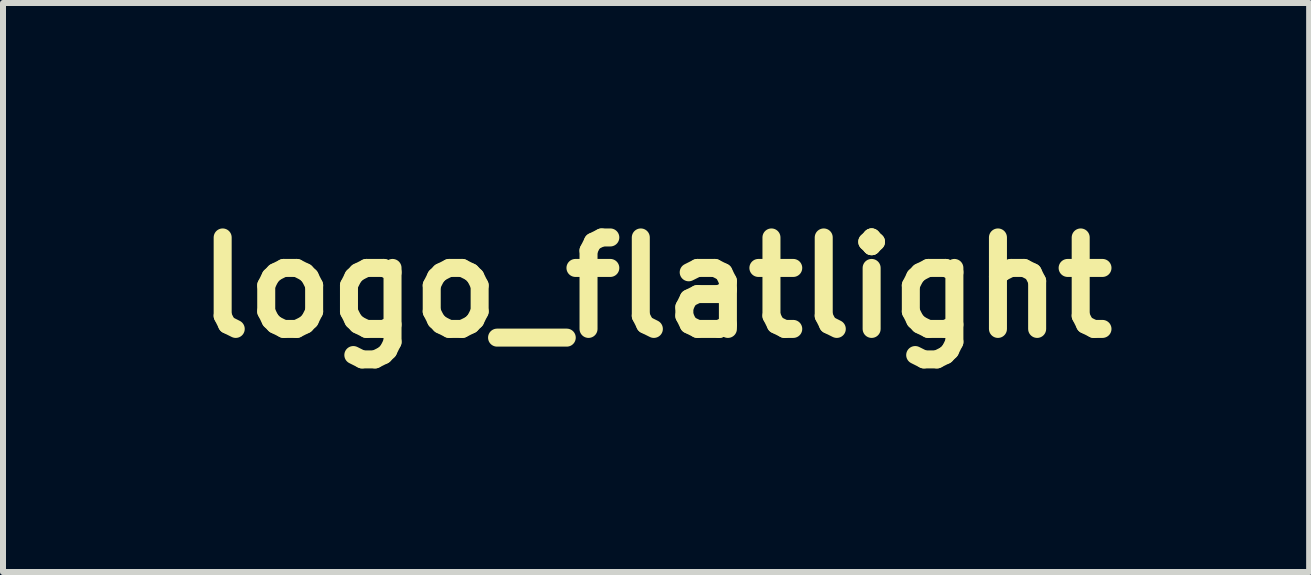
<source format=kicad_pcb>
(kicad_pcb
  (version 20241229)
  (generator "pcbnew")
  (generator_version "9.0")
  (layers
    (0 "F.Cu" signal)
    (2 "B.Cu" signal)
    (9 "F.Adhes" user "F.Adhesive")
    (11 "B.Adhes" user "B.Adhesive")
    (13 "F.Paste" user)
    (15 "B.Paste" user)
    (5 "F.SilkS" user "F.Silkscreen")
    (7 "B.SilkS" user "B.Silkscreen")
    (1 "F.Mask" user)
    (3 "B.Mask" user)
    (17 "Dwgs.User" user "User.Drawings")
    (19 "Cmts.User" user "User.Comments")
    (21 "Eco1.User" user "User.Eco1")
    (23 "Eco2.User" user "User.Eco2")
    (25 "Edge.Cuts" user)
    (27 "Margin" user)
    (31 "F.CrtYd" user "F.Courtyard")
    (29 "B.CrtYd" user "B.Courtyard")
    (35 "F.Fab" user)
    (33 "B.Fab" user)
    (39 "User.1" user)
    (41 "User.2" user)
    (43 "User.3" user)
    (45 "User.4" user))
  (footprint "logo_flatlight"
    (layer "F.Cu")
    (at 7.881 1.741)
    (property "Reference" "logo_flatlight" (at 0 0 0) (layer "F.SilkS") (effects (font (size 1.524 1.524) (thickness 0.3))))
    (attr through_hole)
    (fp_poly (pts (xy -4.699 0.974) (xy -5.08 0.974) (xy -5.08 -1.736) (xy -4.699 -1.736) (xy -4.699 0.974)) (stroke (width 0.01) (type solid)) (fill yes) (layer "F.Mask"))
    (fp_poly (pts (xy 0 0.974) (xy -0.402 0.974) (xy -0.402 -1.736) (xy 0 -1.736) (xy 0 0.974)) (stroke (width 0.01) (type solid)) (fill yes) (layer "F.Mask"))
    (fp_poly (pts (xy 0.91 -1.185) (xy 0.529 -1.185) (xy 0.529 -1.63) (xy 0.91 -1.63) (xy 0.91 -1.185)) (stroke (width 0.01) (type solid)) (fill yes) (layer "F.Mask"))
    (fp_poly (pts (xy 0.91 0.974) (xy 0.529 0.974) (xy 0.529 -0.91) (xy 0.91 -0.91) (xy 0.91 0.974)) (stroke (width 0.01) (type solid)) (fill yes) (layer "F.Mask"))
    (fp_poly (pts (xy -1.287 -1.148) (xy -1.281 -0.921) (xy -1.021 -0.915) (xy -0.762 -0.909) (xy -0.762 -0.55) (xy -1.295 -0.55) (xy -1.288 -0.036) (xy -1.285 0.128) (xy -1.282 0.256) (xy -1.278 0.352) (xy -1.273 0.422) (xy -1.267 0.471) (xy -1.258 0.506) (xy -1.247 0.53) (xy -1.244 0.534) (xy -1.191 0.584) (xy -1.108 0.616) (xy -0.99 0.632) (xy -0.905 0.635) (xy -0.762 0.635) (xy -0.762 0.974) (xy -1.032 0.972) (xy -1.142 0.969) (xy -1.243 0.963) (xy -1.324 0.955) (xy -1.374 0.946) (xy -1.375 0.946) (xy -1.457 0.903) (xy -1.537 0.831) (xy -1.601 0.746) (xy -1.628 0.688) (xy -1.638 0.646) (xy -1.647 0.582) (xy -1.654 0.492) (xy -1.659 0.37) (xy -1.663 0.214) (xy -1.667 0.026) (xy -1.675 -0.55) (xy -1.926 -0.55) (xy -1.926 -0.91) (xy -1.672 -0.91) (xy -1.672 -1.376) (xy -1.293 -1.376) (xy -1.287 -1.148)) (stroke (width 0.01) (type solid)) (fill yes) (layer "F.Mask"))
    (fp_poly (pts (xy 4.318 -0.91) (xy 4.749 -0.91) (xy 4.888 -0.909) (xy 5.021 -0.906) (xy 5.138 -0.902) (xy 5.231 -0.896) (xy 5.291 -0.889) (xy 5.294 -0.889) (xy 5.469 -0.837) (xy 5.623 -0.754) (xy 5.752 -0.642) (xy 5.851 -0.506) (xy 5.888 -0.426) (xy 5.902 -0.39) (xy 5.913 -0.354) (xy 5.921 -0.312) (xy 5.927 -0.26) (xy 5.932 -0.192) (xy 5.936 -0.102) (xy 5.939 0.014) (xy 5.941 0.163) (xy 5.943 0.333) (xy 5.951 0.974) (xy 5.546 0.974) (xy 5.546 0.374) (xy 5.546 0.198) (xy 5.545 0.06) (xy 5.544 -0.046) (xy 5.541 -0.127) (xy 5.537 -0.186) (xy 5.531 -0.229) (xy 5.522 -0.263) (xy 5.511 -0.291) (xy 5.497 -0.319) (xy 5.496 -0.319) (xy 5.455 -0.383) (xy 5.4 -0.432) (xy 5.323 -0.476) (xy 5.199 -0.54) (xy 4.759 -0.547) (xy 4.318 -0.555) (xy 4.318 0.974) (xy 3.937 0.974) (xy 3.937 -1.736) (xy 4.318 -1.736) (xy 4.318 -0.91)) (stroke (width 0.01) (type solid)) (fill yes) (layer "F.Mask"))
    (fp_poly (pts (xy 6.926 -1.149) (xy 6.932 -0.921) (xy 7.191 -0.915) (xy 7.451 -0.909) (xy 7.451 -0.55) (xy 6.918 -0.55) (xy 6.925 -0.036) (xy 6.928 0.128) (xy 6.931 0.256) (xy 6.934 0.352) (xy 6.939 0.422) (xy 6.946 0.471) (xy 6.955 0.506) (xy 6.966 0.53) (xy 6.969 0.534) (xy 7.021 0.584) (xy 7.105 0.616) (xy 7.223 0.632) (xy 7.308 0.635) (xy 7.451 0.635) (xy 7.451 0.974) (xy 7.181 0.972) (xy 7.071 0.969) (xy 6.97 0.963) (xy 6.889 0.955) (xy 6.839 0.946) (xy 6.838 0.946) (xy 6.756 0.903) (xy 6.676 0.831) (xy 6.612 0.746) (xy 6.584 0.688) (xy 6.574 0.646) (xy 6.566 0.582) (xy 6.559 0.492) (xy 6.554 0.37) (xy 6.549 0.214) (xy 6.546 0.026) (xy 6.537 -0.55) (xy 6.287 -0.55) (xy 6.287 -0.91) (xy 6.413 -0.91) (xy 6.539 -0.91) (xy 6.545 -1.138) (xy 6.551 -1.365) (xy 6.736 -1.371) (xy 6.92 -1.377) (xy 6.926 -1.149)) (stroke (width 0.01) (type solid)) (fill yes) (layer "F.Mask"))
    (fp_poly (pts (xy -5.546 -1.231) (xy -5.546 -1.019) (xy -6.144 -1.012) (xy -6.318 -1.01) (xy -6.456 -1.008) (xy -6.562 -1.006) (xy -6.642 -1.002) (xy -6.701 -0.997) (xy -6.744 -0.99) (xy -6.776 -0.981) (xy -6.804 -0.97) (xy -6.832 -0.955) (xy -6.836 -0.953) (xy -6.913 -0.899) (xy -6.966 -0.835) (xy -7 -0.752) (xy -7.019 -0.641) (xy -7.024 -0.568) (xy -7.033 -0.381) (xy -5.567 -0.381) (xy -5.567 0.021) (xy -7.027 0.021) (xy -7.027 0.974) (xy -7.451 0.974) (xy -7.451 0.12) (xy -7.45 -0.137) (xy -7.448 -0.358) (xy -7.445 -0.541) (xy -7.44 -0.685) (xy -7.434 -0.789) (xy -7.427 -0.852) (xy -7.426 -0.855) (xy -7.373 -1.017) (xy -7.285 -1.157) (xy -7.162 -1.273) (xy -7.007 -1.363) (xy -6.97 -1.379) (xy -6.933 -1.393) (xy -6.898 -1.404) (xy -6.858 -1.412) (xy -6.807 -1.419) (xy -6.742 -1.424) (xy -6.656 -1.428) (xy -6.544 -1.43) (xy -6.402 -1.433) (xy -6.223 -1.435) (xy -6.197 -1.435) (xy -5.546 -1.442) (xy -5.546 -1.231)) (stroke (width 0.01) (type solid)) (fill yes) (layer "F.Mask"))
    (fp_poly (pts (xy -3.39 -0.906) (xy -2.696 -0.9) (xy -2.572 -0.836) (xy -2.454 -0.757) (xy -2.367 -0.655) (xy -2.31 -0.526) (xy -2.286 -0.423) (xy -2.276 -0.333) (xy -2.27 -0.202) (xy -2.267 -0.032) (xy -2.268 0.177) (xy -2.269 0.25) (xy -2.271 0.431) (xy -2.274 0.579) (xy -2.282 0.698) (xy -2.298 0.79) (xy -2.328 0.859) (xy -2.373 0.909) (xy -2.439 0.941) (xy -2.529 0.961) (xy -2.648 0.97) (xy -2.798 0.973) (xy -2.984 0.973) (xy -3.125 0.972) (xy -3.287 0.971) (xy -3.437 0.969) (xy -3.57 0.966) (xy -3.679 0.963) (xy -3.759 0.959) (xy -3.804 0.955) (xy -3.81 0.954) (xy -3.946 0.892) (xy -4.053 0.801) (xy -4.13 0.683) (xy -4.176 0.54) (xy -4.186 0.39) (xy -3.811 0.39) (xy -3.792 0.472) (xy -3.743 0.541) (xy -3.667 0.587) (xy -3.655 0.591) (xy -3.614 0.597) (xy -3.538 0.602) (xy -3.435 0.605) (xy -3.311 0.607) (xy -3.175 0.607) (xy -3.137 0.607) (xy -2.984 0.605) (xy -2.867 0.603) (xy -2.783 0.599) (xy -2.726 0.594) (xy -2.69 0.587) (xy -2.671 0.577) (xy -2.667 0.572) (xy -2.657 0.537) (xy -2.65 0.472) (xy -2.647 0.388) (xy -2.646 0.355) (xy -2.646 0.169) (xy -3.686 0.169) (xy -3.748 0.231) (xy -3.797 0.306) (xy -3.811 0.39) (xy -4.186 0.39) (xy -4.187 0.377) (xy -4.184 0.334) (xy -4.157 0.187) (xy -4.102 0.071) (xy -4.016 -0.019) (xy -3.896 -0.084) (xy -3.8 -0.115) (xy -3.746 -0.127) (xy -3.677 -0.135) (xy -3.588 -0.141) (xy -3.473 -0.145) (xy -3.327 -0.148) (xy -3.16 -0.148) (xy -2.646 -0.148) (xy -2.646 -0.238) (xy -2.662 -0.348) (xy -2.709 -0.441) (xy -2.78 -0.506) (xy -2.794 -0.513) (xy -2.82 -0.524) (xy -2.852 -0.533) (xy -2.896 -0.539) (xy -2.957 -0.544) (xy -3.039 -0.547) (xy -3.148 -0.549) (xy -3.289 -0.55) (xy -3.468 -0.55) (xy -3.477 -0.55) (xy -4.085 -0.55) (xy -4.085 -0.912) (xy -3.39 -0.906)) (stroke (width 0.01) (type solid)) (fill yes) (layer "F.Mask"))
    (fp_poly (pts (xy 2.434 -0.907) (xy 2.492 -0.906) (xy 2.644 -0.904) (xy 2.759 -0.901) (xy 2.845 -0.898) (xy 2.908 -0.893) (xy 2.955 -0.885) (xy 2.993 -0.875) (xy 3.027 -0.86) (xy 3.061 -0.842) (xy 3.19 -0.752) (xy 3.288 -0.633) (xy 3.357 -0.484) (xy 3.384 -0.385) (xy 3.391 -0.329) (xy 3.397 -0.238) (xy 3.401 -0.117) (xy 3.405 0.027) (xy 3.407 0.187) (xy 3.408 0.357) (xy 3.408 0.531) (xy 3.407 0.701) (xy 3.404 0.862) (xy 3.401 1.007) (xy 3.396 1.129) (xy 3.39 1.222) (xy 3.383 1.28) (xy 3.347 1.396) (xy 3.289 1.503) (xy 3.217 1.591) (xy 3.159 1.636) (xy 3.11 1.663) (xy 3.058 1.684) (xy 2.999 1.701) (xy 2.928 1.713) (xy 2.841 1.723) (xy 2.73 1.729) (xy 2.593 1.733) (xy 2.424 1.735) (xy 2.217 1.735) (xy 1.566 1.736) (xy 1.566 1.38) (xy 2.185 1.372) (xy 2.368 1.369) (xy 2.513 1.367) (xy 2.625 1.363) (xy 2.71 1.359) (xy 2.772 1.354) (xy 2.817 1.347) (xy 2.849 1.338) (xy 2.873 1.327) (xy 2.94 1.275) (xy 2.985 1.197) (xy 3.013 1.088) (xy 3.02 1.038) (xy 3.033 0.91) (xy 2.591 0.91) (xy 2.449 0.909) (xy 2.313 0.906) (xy 2.193 0.902) (xy 2.096 0.897) (xy 2.031 0.891) (xy 2.025 0.89) (xy 1.849 0.843) (xy 1.696 0.764) (xy 1.572 0.657) (xy 1.479 0.523) (xy 1.474 0.513) (xy 1.427 0.4) (xy 1.396 0.283) (xy 1.379 0.148) (xy 1.375 0.032) (xy 1.755 0.032) (xy 1.767 0.168) (xy 1.798 0.291) (xy 1.85 0.391) (xy 1.87 0.417) (xy 1.911 0.456) (xy 1.953 0.487) (xy 2.003 0.511) (xy 2.067 0.527) (xy 2.15 0.538) (xy 2.258 0.545) (xy 2.397 0.548) (xy 2.568 0.549) (xy 3.031 0.55) (xy 3.023 0.132) (xy 3.02 -0.013) (xy 3.017 -0.123) (xy 3.012 -0.204) (xy 3.006 -0.264) (xy 2.996 -0.307) (xy 2.984 -0.343) (xy 2.969 -0.373) (xy 2.931 -0.432) (xy 2.885 -0.476) (xy 2.823 -0.507) (xy 2.739 -0.528) (xy 2.627 -0.54) (xy 2.484 -0.547) (xy 2.312 -0.548) (xy 2.176 -0.541) (xy 2.069 -0.524) (xy 1.986 -0.497) (xy 1.92 -0.458) (xy 1.897 -0.437) (xy 1.834 -0.352) (xy 1.789 -0.238) (xy 1.762 -0.107) (xy 1.755 0.032) (xy 1.375 0.032) (xy 1.374 -0.011) (xy 1.384 -0.213) (xy 1.415 -0.383) (xy 1.469 -0.524) (xy 1.546 -0.642) (xy 1.602 -0.7) (xy 1.673 -0.762) (xy 1.741 -0.811) (xy 1.812 -0.848) (xy 1.893 -0.875) (xy 1.989 -0.893) (xy 2.107 -0.903) (xy 2.253 -0.908) (xy 2.434 -0.907)) (stroke (width 0.01) (type solid)) (fill yes) (layer "F.Mask")))
  (gr_rect
    (start -3 -3)
    (end 18.763 6.481)
    (stroke (width 0.1) (type default))
    (fill no)
    (layer "Edge.Cuts")))
</source>
